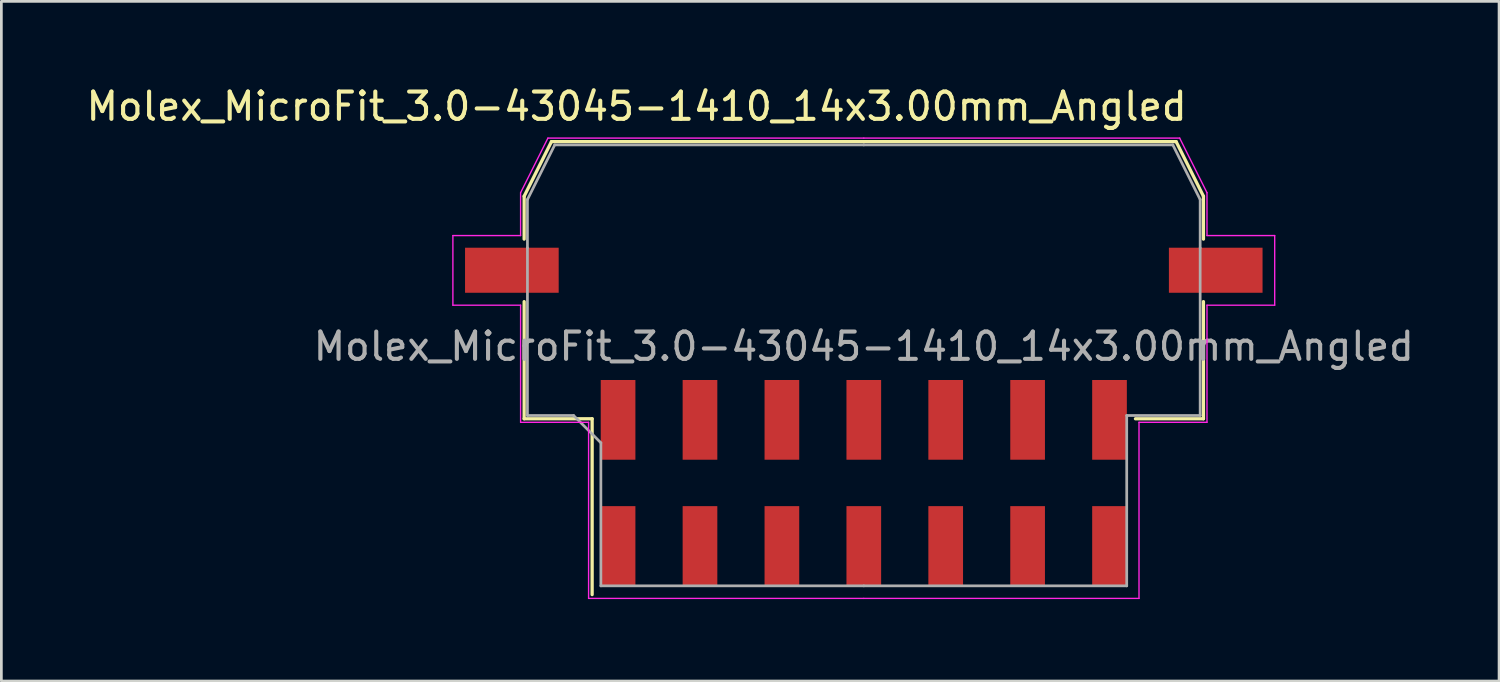
<source format=kicad_pcb>
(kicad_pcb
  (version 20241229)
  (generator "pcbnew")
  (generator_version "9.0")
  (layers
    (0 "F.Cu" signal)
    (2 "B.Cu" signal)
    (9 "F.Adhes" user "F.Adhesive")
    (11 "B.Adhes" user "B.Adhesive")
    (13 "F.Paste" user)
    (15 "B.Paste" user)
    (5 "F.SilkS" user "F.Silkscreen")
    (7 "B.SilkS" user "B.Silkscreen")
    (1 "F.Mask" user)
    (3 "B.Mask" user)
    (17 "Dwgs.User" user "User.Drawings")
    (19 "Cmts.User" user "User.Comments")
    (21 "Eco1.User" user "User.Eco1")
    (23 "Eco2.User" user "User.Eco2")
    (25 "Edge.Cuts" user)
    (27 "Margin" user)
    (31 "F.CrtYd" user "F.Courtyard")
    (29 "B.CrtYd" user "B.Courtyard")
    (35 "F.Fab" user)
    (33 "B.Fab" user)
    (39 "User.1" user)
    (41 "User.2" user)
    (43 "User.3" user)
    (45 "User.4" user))
  (footprint "Molex_MicroFit_3.0-43045-1410_14x3.00mm_Angled"
    (layer "F.Cu")
    (at 28.588 14.638)
    (property "Reference" "Molex_MicroFit_3.0-43045-1410_14x3.00mm_Angled" (at -8.32 -13.79 0) (layer "F.SilkS") (effects (font (size 1 1) (thickness 0.15))))
    (attr smd)
    (fp_line (start -12.44 -10.5) (end -12.44 -8.93) (stroke (width 0.12) (type solid)) (layer "F.SilkS"))
    (fp_line (start -12.44 -6.64) (end -12.44 -2.35) (stroke (width 0.12) (type solid)) (layer "F.SilkS"))
    (fp_line (start -12.44 -2.35) (end -9.95 -2.35) (stroke (width 0.12) (type solid)) (layer "F.SilkS"))
    (fp_line (start -11.44 -12.5) (end -12.44 -10.5) (stroke (width 0.12) (type solid)) (layer "F.SilkS"))
    (fp_line (start -9.95 -2.35) (end -9.95 4.09) (stroke (width 0.12) (type solid)) (layer "F.SilkS"))
    (fp_line (start 0 -12.5) (end -11.44 -12.5) (stroke (width 0.12) (type solid)) (layer "F.SilkS"))
    (fp_line (start 0 -12.5) (end 11.44 -12.5) (stroke (width 0.12) (type solid)) (layer "F.SilkS"))
    (fp_line (start 11.44 -12.5) (end 12.44 -10.5) (stroke (width 0.12) (type solid)) (layer "F.SilkS"))
    (fp_line (start 12.44 -10.5) (end 12.44 -8.93) (stroke (width 0.12) (type solid)) (layer "F.SilkS"))
    (fp_line (start 12.44 -6.64) (end 12.44 -2.35) (stroke (width 0.12) (type solid)) (layer "F.SilkS"))
    (fp_line (start 12.44 -2.35) (end 9.95 -2.35) (stroke (width 0.12) (type solid)) (layer "F.SilkS"))
    (fp_line (start -15.05 -9.06) (end -15.05 -6.51) (stroke (width 0.05) (type solid)) (layer "F.CrtYd"))
    (fp_line (start -15.05 -6.51) (end -12.57 -6.51) (stroke (width 0.05) (type solid)) (layer "F.CrtYd"))
    (fp_line (start -12.57 -10.63) (end -12.57 -9.06) (stroke (width 0.05) (type solid)) (layer "F.CrtYd"))
    (fp_line (start -12.57 -9.06) (end -15.05 -9.06) (stroke (width 0.05) (type solid)) (layer "F.CrtYd"))
    (fp_line (start -12.57 -6.51) (end -12.57 -2.22) (stroke (width 0.05) (type solid)) (layer "F.CrtYd"))
    (fp_line (start -12.57 -2.22) (end -10.08 -2.22) (stroke (width 0.05) (type solid)) (layer "F.CrtYd"))
    (fp_line (start -11.57 -12.63) (end -12.57 -10.63) (stroke (width 0.05) (type solid)) (layer "F.CrtYd"))
    (fp_line (start -10.08 -2.22) (end -10.08 4.23) (stroke (width 0.05) (type solid)) (layer "F.CrtYd"))
    (fp_line (start -10.08 4.23) (end 0 4.23) (stroke (width 0.05) (type solid)) (layer "F.CrtYd"))
    (fp_line (start 0 -12.63) (end -11.57 -12.63) (stroke (width 0.05) (type solid)) (layer "F.CrtYd"))
    (fp_line (start 0 -12.63) (end 11.57 -12.63) (stroke (width 0.05) (type solid)) (layer "F.CrtYd"))
    (fp_line (start 10.08 -2.22) (end 10.08 4.23) (stroke (width 0.05) (type solid)) (layer "F.CrtYd"))
    (fp_line (start 10.08 4.23) (end 0 4.23) (stroke (width 0.05) (type solid)) (layer "F.CrtYd"))
    (fp_line (start 11.57 -12.63) (end 12.57 -10.63) (stroke (width 0.05) (type solid)) (layer "F.CrtYd"))
    (fp_line (start 12.57 -10.63) (end 12.57 -9.06) (stroke (width 0.05) (type solid)) (layer "F.CrtYd"))
    (fp_line (start 12.57 -9.06) (end 15.05 -9.06) (stroke (width 0.05) (type solid)) (layer "F.CrtYd"))
    (fp_line (start 12.57 -6.51) (end 12.57 -2.22) (stroke (width 0.05) (type solid)) (layer "F.CrtYd"))
    (fp_line (start 12.57 -2.22) (end 10.08 -2.22) (stroke (width 0.05) (type solid)) (layer "F.CrtYd"))
    (fp_line (start 15.05 -9.06) (end 15.05 -6.51) (stroke (width 0.05) (type solid)) (layer "F.CrtYd"))
    (fp_line (start 15.05 -6.51) (end 12.57 -6.51) (stroke (width 0.05) (type solid)) (layer "F.CrtYd"))
    (fp_line (start -12.32 -10.38) (end -12.32 -8.61) (stroke (width 0.1) (type solid)) (layer "F.Fab"))
    (fp_line (start -12.32 -8.61) (end -12.32 -2.47) (stroke (width 0.1) (type solid)) (layer "F.Fab"))
    (fp_line (start -12.32 -2.47) (end -10.63 -2.47) (stroke (width 0.1) (type solid)) (layer "F.Fab"))
    (fp_line (start -11.32 -12.38) (end -12.32 -10.38) (stroke (width 0.1) (type solid)) (layer "F.Fab"))
    (fp_line (start -10.63 -2.47) (end -9.63 -1.47) (stroke (width 0.1) (type solid)) (layer "F.Fab"))
    (fp_line (start -9.63 -1.47) (end -9.63 3.77) (stroke (width 0.1) (type solid)) (layer "F.Fab"))
    (fp_line (start -9.63 3.77) (end 0 3.77) (stroke (width 0.1) (type solid)) (layer "F.Fab"))
    (fp_line (start 0 -12.38) (end -11.32 -12.38) (stroke (width 0.1) (type solid)) (layer "F.Fab"))
    (fp_line (start 0 -12.38) (end 11.32 -12.38) (stroke (width 0.1) (type solid)) (layer "F.Fab"))
    (fp_line (start 9.63 -2.47) (end 9.63 3.77) (stroke (width 0.1) (type solid)) (layer "F.Fab"))
    (fp_line (start 9.63 3.77) (end 0 3.77) (stroke (width 0.1) (type solid)) (layer "F.Fab"))
    (fp_line (start 11.32 -12.38) (end 12.32 -10.38) (stroke (width 0.1) (type solid)) (layer "F.Fab"))
    (fp_line (start 12.32 -10.38) (end 12.32 -8.61) (stroke (width 0.1) (type solid)) (layer "F.Fab"))
    (fp_line (start 12.32 -8.61) (end 12.32 -2.47) (stroke (width 0.1) (type solid)) (layer "F.Fab"))
    (fp_line (start 12.32 -2.47) (end 9.63 -2.47) (stroke (width 0.1) (type solid)) (layer "F.Fab"))
    (fp_text user "${REFERENCE}" (at 0 -5 0) (layer "F.Fab") (effects (font (size 1 1) (thickness 0.15))))
    (pad "" smd rect (at -12.89 -7.79) (size 3.43 1.65) (layers "F.Cu" "F.Mask" "F.Paste"))
    (pad "" smd rect (at 12.89 -7.79) (size 3.43 1.65) (layers "F.Cu" "F.Mask" "F.Paste"))
    (pad "1" smd rect (at -9 -2.31) (size 1.27 2.92) (layers "F.Cu" "F.Mask" "F.Paste"))
    (pad "2" smd rect (at -6 -2.31) (size 1.27 2.92) (layers "F.Cu" "F.Mask" "F.Paste"))
    (pad "3" smd rect (at -3 -2.31) (size 1.27 2.92) (layers "F.Cu" "F.Mask" "F.Paste"))
    (pad "4" smd rect (at 0 -2.31) (size 1.27 2.92) (layers "F.Cu" "F.Mask" "F.Paste"))
    (pad "5" smd rect (at 3 -2.31) (size 1.27 2.92) (layers "F.Cu" "F.Mask" "F.Paste"))
    (pad "6" smd rect (at 6 -2.31) (size 1.27 2.92) (layers "F.Cu" "F.Mask" "F.Paste"))
    (pad "7" smd rect (at 9 -2.31) (size 1.27 2.92) (layers "F.Cu" "F.Mask" "F.Paste"))
    (pad "8" smd rect (at 9 2.31) (size 1.27 2.92) (layers "F.Cu" "F.Mask" "F.Paste"))
    (pad "9" smd rect (at 6 2.31) (size 1.27 2.92) (layers "F.Cu" "F.Mask" "F.Paste"))
    (pad "10" smd rect (at 3 2.31) (size 1.27 2.92) (layers "F.Cu" "F.Mask" "F.Paste"))
    (pad "11" smd rect (at 0 2.31) (size 1.27 2.92) (layers "F.Cu" "F.Mask" "F.Paste"))
    (pad "12" smd rect (at -3 2.31) (size 1.27 2.92) (layers "F.Cu" "F.Mask" "F.Paste"))
    (pad "13" smd rect (at -6 2.31) (size 1.27 2.92) (layers "F.Cu" "F.Mask" "F.Paste"))
    (pad "14" smd rect (at -9 2.31) (size 1.27 2.92) (layers "F.Cu" "F.Mask" "F.Paste")))
  (gr_rect
    (start -3 -3)
    (end 51.856 21.893)
    (stroke (width 0.1) (type default))
    (fill no)
    (layer "Edge.Cuts")))
</source>
